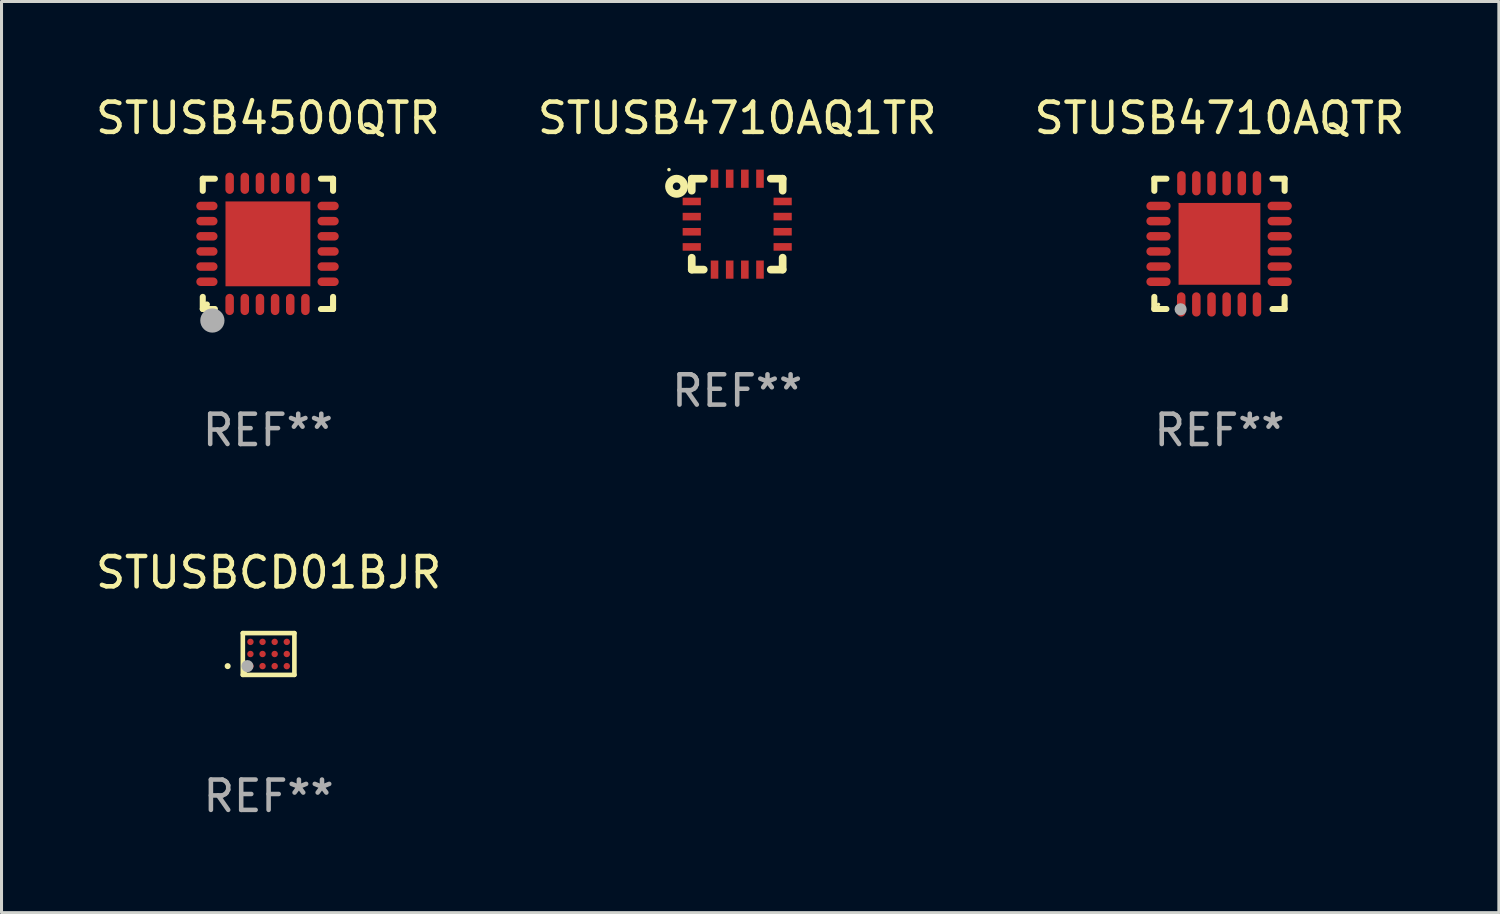
<source format=kicad_pcb>
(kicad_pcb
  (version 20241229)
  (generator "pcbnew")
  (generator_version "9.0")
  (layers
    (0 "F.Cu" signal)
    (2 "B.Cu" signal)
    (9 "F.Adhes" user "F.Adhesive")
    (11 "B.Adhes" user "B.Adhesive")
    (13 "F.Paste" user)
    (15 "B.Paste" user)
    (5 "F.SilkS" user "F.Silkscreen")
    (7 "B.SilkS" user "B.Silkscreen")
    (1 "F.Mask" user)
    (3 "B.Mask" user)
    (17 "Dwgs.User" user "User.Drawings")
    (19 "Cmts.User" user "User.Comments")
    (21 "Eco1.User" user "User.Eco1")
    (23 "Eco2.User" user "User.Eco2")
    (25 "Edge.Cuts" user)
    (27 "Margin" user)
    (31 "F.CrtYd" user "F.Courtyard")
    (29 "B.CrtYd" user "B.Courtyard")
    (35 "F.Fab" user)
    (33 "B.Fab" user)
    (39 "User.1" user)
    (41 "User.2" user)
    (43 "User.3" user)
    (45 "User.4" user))
  (footprint "STUSBCD01BJR"
    (layer "F.Cu")
    (at 5.815 18.534)
    (property "Reference" "STUSBCD01BJR" (at 0 -2.689 0) (layer "F.SilkS") (effects (font (size 1 1) (thickness 0.15))))
    (attr through_hole)
    (fp_line (start -0.851 -0.689) (end -0.851 0.689) (stroke (width 0.152) (type solid)) (layer "F.SilkS"))
    (fp_line (start -0.851 0.689) (end 0.851 0.689) (stroke (width 0.152) (type solid)) (layer "F.SilkS"))
    (fp_line (start 0.851 -0.689) (end -0.851 -0.689) (stroke (width 0.152) (type solid)) (layer "F.SilkS"))
    (fp_line (start 0.851 0.689) (end 0.851 -0.689) (stroke (width 0.152) (type solid)) (layer "F.SilkS"))
    (fp_circle (center -1.351 0.4) (end -1.301 0.4) (stroke (width 0.1) (type solid)) (fill no) (layer "F.SilkS"))
    (fp_circle (center -0.775 0.612) (end -0.745 0.612) (stroke (width 0.06) (type solid)) (fill no) (layer "F.SilkS"))
    (fp_circle (center -0.7 0.4) (end -0.6 0.4) (stroke (width 0.2) (type solid)) (fill no) (layer "F.Fab"))
    (fp_text user "REF**" (at 0 4.689 0) (layer "F.Fab") (effects (font (size 1 1) (thickness 0.15))))
    (pad "A1" smd circle (at -0.6 0.4) (size 0.212 0.212) (layers "F.Cu" "F.Mask" "F.Paste"))
    (pad "A2" smd circle (at -0.2 0.4) (size 0.212 0.212) (layers "F.Cu" "F.Mask" "F.Paste"))
    (pad "A3" smd circle (at 0.2 0.4) (size 0.212 0.212) (layers "F.Cu" "F.Mask" "F.Paste"))
    (pad "A4" smd circle (at 0.6 0.4) (size 0.212 0.212) (layers "F.Cu" "F.Mask" "F.Paste"))
    (pad "B1" smd circle (at -0.6 0) (size 0.212 0.212) (layers "F.Cu" "F.Mask" "F.Paste"))
    (pad "B2" smd circle (at -0.2 0) (size 0.212 0.212) (layers "F.Cu" "F.Mask" "F.Paste"))
    (pad "B3" smd circle (at 0.2 0) (size 0.212 0.212) (layers "F.Cu" "F.Mask" "F.Paste"))
    (pad "B4" smd circle (at 0.6 0) (size 0.212 0.212) (layers "F.Cu" "F.Mask" "F.Paste"))
    (pad "C1" smd circle (at -0.6 -0.4) (size 0.212 0.212) (layers "F.Cu" "F.Mask" "F.Paste"))
    (pad "C2" smd circle (at -0.2 -0.4) (size 0.212 0.212) (layers "F.Cu" "F.Mask" "F.Paste"))
    (pad "C3" smd circle (at 0.2 -0.4) (size 0.212 0.212) (layers "F.Cu" "F.Mask" "F.Paste"))
    (pad "C4" smd circle (at 0.6 -0.4) (size 0.212 0.212) (layers "F.Cu" "F.Mask" "F.Paste")))
  (footprint "STUSB4710AQTR"
    (layer "F.Cu")
    (at 37.196 4.998)
    (property "Reference" "STUSB4710AQTR" (at 0 -4.15 0) (layer "F.SilkS") (effects (font (size 1 1) (thickness 0.15))))
    (attr through_hole)
    (fp_line (start -2.15 -2.15) (end -1.75 -2.15) (stroke (width 0.2) (type solid)) (layer "F.SilkS"))
    (fp_line (start -2.15 -1.75) (end -2.15 -2.15) (stroke (width 0.2) (type solid)) (layer "F.SilkS"))
    (fp_line (start -2.15 2.15) (end -2.15 1.75) (stroke (width 0.2) (type solid)) (layer "F.SilkS"))
    (fp_line (start -1.75 2.15) (end -2.15 2.15) (stroke (width 0.2) (type solid)) (layer "F.SilkS"))
    (fp_line (start 2.15 -2.15) (end 1.75 -2.15) (stroke (width 0.2) (type solid)) (layer "F.SilkS"))
    (fp_line (start 2.15 -1.75) (end 2.15 -2.15) (stroke (width 0.2) (type solid)) (layer "F.SilkS"))
    (fp_line (start 2.15 1.75) (end 2.15 2.15) (stroke (width 0.2) (type solid)) (layer "F.SilkS"))
    (fp_line (start 2.15 2.15) (end 1.75 2.15) (stroke (width 0.2) (type solid)) (layer "F.SilkS"))
    (fp_circle (center -2.013 2) (end -1.983 2) (stroke (width 0.06) (type solid)) (fill no) (layer "F.SilkS"))
    (fp_circle (center -1.282 2.159) (end -1.182 2.159) (stroke (width 0.2) (type solid)) (fill no) (layer "F.Fab"))
    (fp_text user "REF**" (at 0 6.15 0) (layer "F.Fab") (effects (font (size 1 1) (thickness 0.15))))
    (pad "1" smd oval (at -1.262 2) (size 0.28 0.8) (layers "F.Cu" "F.Mask" "F.Paste"))
    (pad "2" smd oval (at -0.763 2) (size 0.28 0.8) (layers "F.Cu" "F.Mask" "F.Paste"))
    (pad "3" smd oval (at -0.262 2) (size 0.28 0.8) (layers "F.Cu" "F.Mask" "F.Paste"))
    (pad "4" smd oval (at 0.237 2) (size 0.28 0.8) (layers "F.Cu" "F.Mask" "F.Paste"))
    (pad "5" smd oval (at 0.738 2) (size 0.28 0.8) (layers "F.Cu" "F.Mask" "F.Paste"))
    (pad "6" smd oval (at 1.237 2) (size 0.28 0.8) (layers "F.Cu" "F.Mask" "F.Paste"))
    (pad "7" smd oval (at 1.988 1.25) (size 0.8 0.28) (layers "F.Cu" "F.Mask" "F.Paste"))
    (pad "8" smd oval (at 1.988 0.75) (size 0.8 0.28) (layers "F.Cu" "F.Mask" "F.Paste"))
    (pad "9" smd oval (at 1.988 0.25) (size 0.8 0.28) (layers "F.Cu" "F.Mask" "F.Paste"))
    (pad "10" smd oval (at 1.988 -0.25) (size 0.8 0.28) (layers "F.Cu" "F.Mask" "F.Paste"))
    (pad "11" smd oval (at 1.988 -0.75) (size 0.8 0.28) (layers "F.Cu" "F.Mask" "F.Paste"))
    (pad "12" smd oval (at 1.988 -1.25) (size 0.8 0.28) (layers "F.Cu" "F.Mask" "F.Paste"))
    (pad "13" smd oval (at 1.237 -2) (size 0.28 0.8) (layers "F.Cu" "F.Mask" "F.Paste"))
    (pad "14" smd oval (at 0.738 -2) (size 0.28 0.8) (layers "F.Cu" "F.Mask" "F.Paste"))
    (pad "15" smd oval (at 0.237 -2) (size 0.28 0.8) (layers "F.Cu" "F.Mask" "F.Paste"))
    (pad "16" smd oval (at -0.262 -2) (size 0.28 0.8) (layers "F.Cu" "F.Mask" "F.Paste"))
    (pad "17" smd oval (at -0.763 -2) (size 0.28 0.8) (layers "F.Cu" "F.Mask" "F.Paste"))
    (pad "18" smd oval (at -1.255 -2) (size 0.28 0.8) (layers "F.Cu" "F.Mask" "F.Paste"))
    (pad "19" smd oval (at -2.012 -1.25) (size 0.8 0.28) (layers "F.Cu" "F.Mask" "F.Paste"))
    (pad "20" smd oval (at -2.012 -0.75) (size 0.8 0.28) (layers "F.Cu" "F.Mask" "F.Paste"))
    (pad "21" smd oval (at -2.012 -0.25) (size 0.8 0.28) (layers "F.Cu" "F.Mask" "F.Paste"))
    (pad "22" smd oval (at -2.012 0.25) (size 0.8 0.28) (layers "F.Cu" "F.Mask" "F.Paste"))
    (pad "23" smd oval (at -2.012 0.75) (size 0.8 0.28) (layers "F.Cu" "F.Mask" "F.Paste"))
    (pad "24" smd oval (at -2.012 1.25) (size 0.8 0.28) (layers "F.Cu" "F.Mask" "F.Paste"))
    (pad "25" smd rect (at -0.000013 -0.000025) (size 2.7 2.7) (layers "F.Cu" "F.Mask" "F.Paste")))
  (footprint "STUSB4710AQ1TR"
    (layer "F.Cu")
    (at 21.28 4.348)
    (property "Reference" "STUSB4710AQ1TR" (at 0 -3.5 0) (layer "F.SilkS") (effects (font (size 1 1) (thickness 0.15))))
    (attr through_hole)
    (fp_line (start -1.5 -1.5) (end -1.5 -1.105) (stroke (width 0.254) (type solid)) (layer "F.SilkS"))
    (fp_line (start -1.5 1.108) (end -1.5 1.5) (stroke (width 0.254) (type solid)) (layer "F.SilkS"))
    (fp_line (start -1.5 1.5) (end -1.104 1.5) (stroke (width 0.254) (type solid)) (layer "F.SilkS"))
    (fp_line (start -1.104 -1.5) (end -1.5 -1.5) (stroke (width 0.254) (type solid)) (layer "F.SilkS"))
    (fp_line (start 1.108 1.5) (end 1.5 1.5) (stroke (width 0.254) (type solid)) (layer "F.SilkS"))
    (fp_line (start 1.5 -1.5) (end 1.108 -1.5) (stroke (width 0.254) (type solid)) (layer "F.SilkS"))
    (fp_line (start 1.5 -1.5) (end 1.5 -1.105) (stroke (width 0.254) (type solid)) (layer "F.SilkS"))
    (fp_line (start 1.5 1.106) (end 1.5 1.5) (stroke (width 0.254) (type solid)) (layer "F.SilkS"))
    (fp_circle (center -2.252 -1.8) (end -2.222 -1.8) (stroke (width 0.06) (type solid)) (fill no) (layer "F.SilkS"))
    (fp_circle (center -2 -1.25) (end -1.875 -1.25) (stroke (width 0.254) (type solid)) (fill no) (layer "F.SilkS"))
    (fp_text user "REF**" (at 0 5.5 0) (layer "F.Fab") (effects (font (size 1 1) (thickness 0.15))))
    (pad "1" smd rect (at -1.5 -0.749 90) (size 0.25 0.6) (layers "F.Cu" "F.Mask" "F.Paste"))
    (pad "2" smd rect (at -1.5 -0.249 90) (size 0.25 0.6) (layers "F.Cu" "F.Mask" "F.Paste"))
    (pad "3" smd rect (at -1.5 0.251 90) (size 0.25 0.6) (layers "F.Cu" "F.Mask" "F.Paste"))
    (pad "4" smd rect (at -1.5 0.751 90) (size 0.25 0.6) (layers "F.Cu" "F.Mask" "F.Paste"))
    (pad "5" smd rect (at -0.748 1.5 180) (size 0.25 0.6) (layers "F.Cu" "F.Mask" "F.Paste"))
    (pad "6" smd rect (at -0.248 1.5 180) (size 0.25 0.6) (layers "F.Cu" "F.Mask" "F.Paste"))
    (pad "7" smd rect (at 0.252 1.5 180) (size 0.25 0.6) (layers "F.Cu" "F.Mask" "F.Paste"))
    (pad "8" smd rect (at 0.752 1.5 180) (size 0.25 0.6) (layers "F.Cu" "F.Mask" "F.Paste"))
    (pad "9" smd rect (at 1.5 0.75 270) (size 0.25 0.6) (layers "F.Cu" "F.Mask" "F.Paste"))
    (pad "10" smd rect (at 1.5 0.25 270) (size 0.25 0.6) (layers "F.Cu" "F.Mask" "F.Paste"))
    (pad "11" smd rect (at 1.5 -0.25 270) (size 0.25 0.6) (layers "F.Cu" "F.Mask" "F.Paste"))
    (pad "12" smd rect (at 1.5 -0.749 270) (size 0.25 0.6) (layers "F.Cu" "F.Mask" "F.Paste"))
    (pad "13" smd rect (at 0.752 -1.5) (size 0.25 0.6) (layers "F.Cu" "F.Mask" "F.Paste"))
    (pad "14" smd rect (at 0.252 -1.5) (size 0.25 0.6) (layers "F.Cu" "F.Mask" "F.Paste"))
    (pad "15" smd rect (at -0.248 -1.5) (size 0.25 0.6) (layers "F.Cu" "F.Mask" "F.Paste"))
    (pad "16" smd rect (at -0.748 -1.5) (size 0.25 0.6) (layers "F.Cu" "F.Mask" "F.Paste")))
  (footprint "STUSB4500QTR"
    (layer "F.Cu")
    (at 5.792 4.998)
    (property "Reference" "STUSB4500QTR" (at 0 -4.15 0) (layer "F.SilkS") (effects (font (size 1 1) (thickness 0.15))))
    (attr through_hole)
    (fp_line (start -2.15 -2.15) (end -1.75 -2.15) (stroke (width 0.2) (type solid)) (layer "F.SilkS"))
    (fp_line (start -2.15 -1.75) (end -2.15 -2.15) (stroke (width 0.2) (type solid)) (layer "F.SilkS"))
    (fp_line (start -2.15 2.15) (end -2.15 1.75) (stroke (width 0.2) (type solid)) (layer "F.SilkS"))
    (fp_line (start -1.75 2.15) (end -2.15 2.15) (stroke (width 0.2) (type solid)) (layer "F.SilkS"))
    (fp_line (start 2.15 -2.15) (end 1.75 -2.15) (stroke (width 0.2) (type solid)) (layer "F.SilkS"))
    (fp_line (start 2.15 -1.75) (end 2.15 -2.15) (stroke (width 0.2) (type solid)) (layer "F.SilkS"))
    (fp_line (start 2.15 1.75) (end 2.15 2.15) (stroke (width 0.2) (type solid)) (layer "F.SilkS"))
    (fp_line (start 2.15 2.15) (end 1.75 2.15) (stroke (width 0.2) (type solid)) (layer "F.SilkS"))
    (fp_circle (center -2.013 2) (end -1.963 2) (stroke (width 0.1) (type solid)) (fill no) (layer "F.SilkS"))
    (fp_circle (center -1.833 2.53) (end -1.633 2.53) (stroke (width 0.4) (type solid)) (fill no) (layer "F.Fab"))
    (fp_text user "REF**" (at 0 6.15 0) (layer "F.Fab") (effects (font (size 1 1) (thickness 0.15))))
    (pad "1" smd oval (at -1.263 2 180) (size 0.28 0.7) (layers "F.Cu" "F.Mask" "F.Paste"))
    (pad "2" smd oval (at -0.763 2 180) (size 0.28 0.7) (layers "F.Cu" "F.Mask" "F.Paste"))
    (pad "3" smd oval (at -0.263 2 180) (size 0.28 0.7) (layers "F.Cu" "F.Mask" "F.Paste"))
    (pad "4" smd oval (at 0.237 2 180) (size 0.28 0.7) (layers "F.Cu" "F.Mask" "F.Paste"))
    (pad "5" smd oval (at 0.737 2 180) (size 0.28 0.7) (layers "F.Cu" "F.Mask" "F.Paste"))
    (pad "6" smd oval (at 1.237 2 180) (size 0.28 0.7) (layers "F.Cu" "F.Mask" "F.Paste"))
    (pad "7" smd oval (at 1.987 1.25 90) (size 0.28 0.7) (layers "F.Cu" "F.Mask" "F.Paste"))
    (pad "8" smd oval (at 1.987 0.75 90) (size 0.28 0.7) (layers "F.Cu" "F.Mask" "F.Paste"))
    (pad "9" smd oval (at 1.987 0.25 90) (size 0.28 0.7) (layers "F.Cu" "F.Mask" "F.Paste"))
    (pad "10" smd oval (at 1.987 -0.25 90) (size 0.28 0.7) (layers "F.Cu" "F.Mask" "F.Paste"))
    (pad "11" smd oval (at 1.987 -0.75 90) (size 0.28 0.7) (layers "F.Cu" "F.Mask" "F.Paste"))
    (pad "12" smd oval (at 1.987 -1.25 90) (size 0.28 0.7) (layers "F.Cu" "F.Mask" "F.Paste"))
    (pad "13" smd oval (at 1.237 -2 180) (size 0.28 0.7) (layers "F.Cu" "F.Mask" "F.Paste"))
    (pad "14" smd oval (at 0.737 -2 180) (size 0.28 0.7) (layers "F.Cu" "F.Mask" "F.Paste"))
    (pad "15" smd oval (at 0.237 -2 180) (size 0.28 0.7) (layers "F.Cu" "F.Mask" "F.Paste"))
    (pad "16" smd oval (at -0.263 -2 180) (size 0.28 0.7) (layers "F.Cu" "F.Mask" "F.Paste"))
    (pad "17" smd oval (at -0.763 -2 180) (size 0.28 0.7) (layers "F.Cu" "F.Mask" "F.Paste"))
    (pad "18" smd oval (at -1.263 -2 180) (size 0.28 0.7) (layers "F.Cu" "F.Mask" "F.Paste"))
    (pad "19" smd oval (at -2.013 -1.25 90) (size 0.28 0.7) (layers "F.Cu" "F.Mask" "F.Paste"))
    (pad "20" smd oval (at -2.013 -0.75 90) (size 0.28 0.7) (layers "F.Cu" "F.Mask" "F.Paste"))
    (pad "21" smd oval (at -2.013 -0.25 90) (size 0.28 0.7) (layers "F.Cu" "F.Mask" "F.Paste"))
    (pad "22" smd oval (at -2.013 0.25 90) (size 0.28 0.7) (layers "F.Cu" "F.Mask" "F.Paste"))
    (pad "23" smd oval (at -2.013 0.75 90) (size 0.28 0.7) (layers "F.Cu" "F.Mask" "F.Paste"))
    (pad "24" smd oval (at -2.013 1.25 90) (size 0.28 0.7) (layers "F.Cu" "F.Mask" "F.Paste"))
    (pad "25" smd rect (at -0.000013 0 90) (size 2.8 2.8) (layers "F.Cu" "F.Mask" "F.Paste")))
  (gr_rect
    (start -3 -3)
    (end 46.417 27.071)
    (stroke (width 0.1) (type default))
    (fill no)
    (layer "Edge.Cuts")))
</source>
